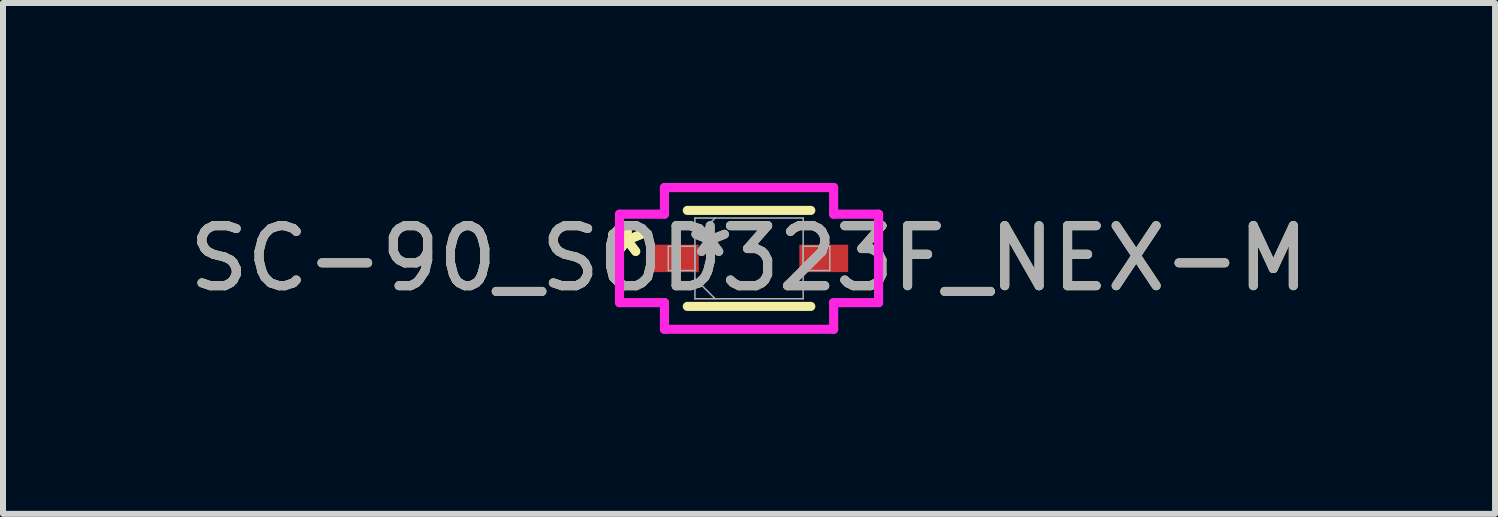
<source format=kicad_pcb>
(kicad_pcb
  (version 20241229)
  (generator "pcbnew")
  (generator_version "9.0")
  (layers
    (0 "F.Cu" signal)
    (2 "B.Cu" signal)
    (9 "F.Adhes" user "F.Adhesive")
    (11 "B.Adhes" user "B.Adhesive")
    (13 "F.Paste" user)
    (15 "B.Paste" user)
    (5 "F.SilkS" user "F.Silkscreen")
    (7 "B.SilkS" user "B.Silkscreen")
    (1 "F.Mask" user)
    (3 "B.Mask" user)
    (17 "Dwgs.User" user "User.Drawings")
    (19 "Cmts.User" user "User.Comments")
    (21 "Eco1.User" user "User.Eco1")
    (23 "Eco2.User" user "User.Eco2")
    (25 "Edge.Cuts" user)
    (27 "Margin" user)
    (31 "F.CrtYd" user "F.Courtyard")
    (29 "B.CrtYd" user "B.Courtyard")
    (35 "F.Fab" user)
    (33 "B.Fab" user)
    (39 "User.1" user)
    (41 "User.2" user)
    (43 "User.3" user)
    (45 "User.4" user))
  (footprint "SC-90_SOD323F_NEX-M"
    (layer "F.Cu")
    (at 9.435 1.257)
    (property "Reference" "SC-90_SOD323F_NEX-M" (at 0 0 0) (unlocked yes) (layer "F.SilkS") (effects (font (size 1 1) (thickness 0.15))))
    (attr smd)
    (fp_line (start -1.029 0.8) (end 1.029 0.8) (stroke (width 0.152) (type solid)) (layer "F.SilkS"))
    (fp_line (start 1.029 -0.8) (end -1.029 -0.8) (stroke (width 0.152) (type solid)) (layer "F.SilkS"))
    (fp_line (start -2.159 -0.737) (end -1.41 -0.737) (stroke (width 0.152) (type solid)) (layer "F.CrtYd"))
    (fp_line (start -2.159 0.737) (end -2.159 -0.737) (stroke (width 0.152) (type solid)) (layer "F.CrtYd"))
    (fp_line (start -1.41 -1.181) (end 1.41 -1.181) (stroke (width 0.152) (type solid)) (layer "F.CrtYd"))
    (fp_line (start -1.41 -0.737) (end -1.41 -1.181) (stroke (width 0.152) (type solid)) (layer "F.CrtYd"))
    (fp_line (start -1.41 0.737) (end -2.159 0.737) (stroke (width 0.152) (type solid)) (layer "F.CrtYd"))
    (fp_line (start -1.41 1.181) (end -1.41 0.737) (stroke (width 0.152) (type solid)) (layer "F.CrtYd"))
    (fp_line (start 1.41 -1.181) (end 1.41 -0.737) (stroke (width 0.152) (type solid)) (layer "F.CrtYd"))
    (fp_line (start 1.41 -0.737) (end 2.159 -0.737) (stroke (width 0.152) (type solid)) (layer "F.CrtYd"))
    (fp_line (start 1.41 0.737) (end 1.41 1.181) (stroke (width 0.152) (type solid)) (layer "F.CrtYd"))
    (fp_line (start 1.41 1.181) (end -1.41 1.181) (stroke (width 0.152) (type solid)) (layer "F.CrtYd"))
    (fp_line (start 2.159 -0.737) (end 2.159 0.737) (stroke (width 0.152) (type solid)) (layer "F.CrtYd"))
    (fp_line (start 2.159 0.737) (end 1.41 0.737) (stroke (width 0.152) (type solid)) (layer "F.CrtYd"))
    (fp_line (start -1.346 -0.203) (end -1.346 0.203) (stroke (width 0.025) (type solid)) (layer "F.Fab"))
    (fp_line (start -1.346 0.203) (end -0.902 0.203) (stroke (width 0.025) (type solid)) (layer "F.Fab"))
    (fp_line (start -0.902 -0.673) (end -0.902 0.673) (stroke (width 0.025) (type solid)) (layer "F.Fab"))
    (fp_line (start -0.902 -0.337) (end -0.565 -0.673) (stroke (width 0.025) (type solid)) (layer "F.Fab"))
    (fp_line (start -0.902 -0.203) (end -1.346 -0.203) (stroke (width 0.025) (type solid)) (layer "F.Fab"))
    (fp_line (start -0.902 0.203) (end -0.902 -0.203) (stroke (width 0.025) (type solid)) (layer "F.Fab"))
    (fp_line (start -0.902 0.337) (end -0.565 0.673) (stroke (width 0.025) (type solid)) (layer "F.Fab"))
    (fp_line (start -0.902 0.673) (end 0.902 0.673) (stroke (width 0.025) (type solid)) (layer "F.Fab"))
    (fp_line (start 0.902 -0.673) (end -0.902 -0.673) (stroke (width 0.025) (type solid)) (layer "F.Fab"))
    (fp_line (start 0.902 -0.203) (end 0.902 0.203) (stroke (width 0.025) (type solid)) (layer "F.Fab"))
    (fp_line (start 0.902 0.203) (end 1.346 0.203) (stroke (width 0.025) (type solid)) (layer "F.Fab"))
    (fp_line (start 0.902 0.673) (end 0.902 -0.673) (stroke (width 0.025) (type solid)) (layer "F.Fab"))
    (fp_line (start 1.346 -0.203) (end 0.902 -0.203) (stroke (width 0.025) (type solid)) (layer "F.Fab"))
    (fp_line (start 1.346 0.203) (end 1.346 -0.203) (stroke (width 0.025) (type solid)) (layer "F.Fab"))
    (fp_text user "*" (at -2.032 0 0) (unlocked yes) (layer "F.SilkS") (effects (font (size 1 1) (thickness 0.15))))
    (fp_text user "*" (at -2.032 0 0) (layer "F.SilkS") (effects (font (size 1 1) (thickness 0.15))))
    (fp_text user "${REFERENCE}" (at 0 0 0) (unlocked yes) (layer "F.Fab") (effects (font (size 1 1) (thickness 0.15))))
    (fp_text user "*" (at -0.648 0 0) (unlocked yes) (layer "F.Fab") (effects (font (size 1 1) (thickness 0.15))))
    (fp_text user "*" (at -0.648 0 0) (layer "F.Fab") (effects (font (size 1 1) (thickness 0.15))))
    (pad "1" smd rect (at -1.245 0) (size 0.813 0.457) (layers "F.Cu" "F.Mask" "F.Paste"))
    (pad "2" smd rect (at 1.245 0) (size 0.813 0.457) (layers "F.Cu" "F.Mask" "F.Paste"))
    (zone (net_name "") (layer "F.Cu") (hatch full 0.508) (connect_pads) (min_thickness 0.254) (filled_areas_thickness no) (keepout (tracks not_allowed) (vias not_allowed) (pads allowed) (copperpour not_allowed) (footprints allowed)) (placement (enabled no)) (fill) (polygon (pts (xy 8.647 0.635) (xy 10.222 0.635) (xy 10.222 1.88) (xy 8.647 1.88)))))
  (gr_rect
    (start -3 -3)
    (end 21.869 5.515)
    (stroke (width 0.1) (type default))
    (fill no)
    (layer "Edge.Cuts")))
</source>
